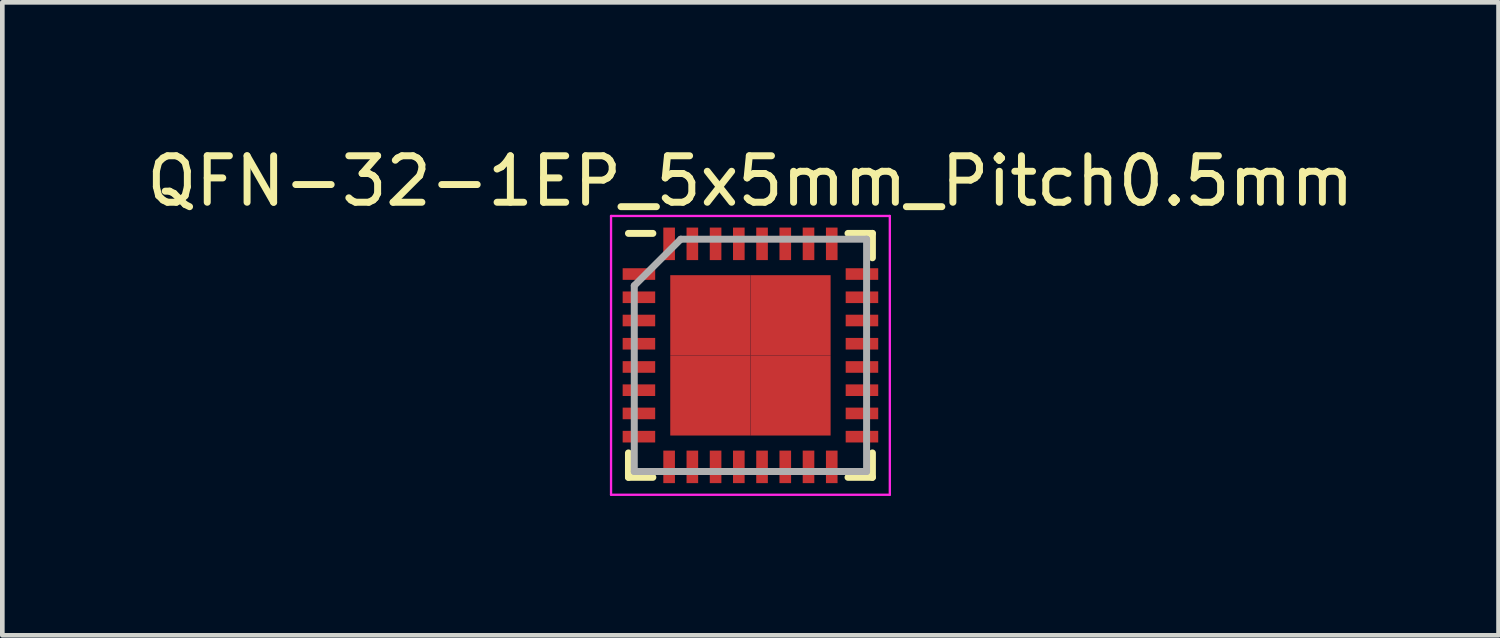
<source format=kicad_pcb>
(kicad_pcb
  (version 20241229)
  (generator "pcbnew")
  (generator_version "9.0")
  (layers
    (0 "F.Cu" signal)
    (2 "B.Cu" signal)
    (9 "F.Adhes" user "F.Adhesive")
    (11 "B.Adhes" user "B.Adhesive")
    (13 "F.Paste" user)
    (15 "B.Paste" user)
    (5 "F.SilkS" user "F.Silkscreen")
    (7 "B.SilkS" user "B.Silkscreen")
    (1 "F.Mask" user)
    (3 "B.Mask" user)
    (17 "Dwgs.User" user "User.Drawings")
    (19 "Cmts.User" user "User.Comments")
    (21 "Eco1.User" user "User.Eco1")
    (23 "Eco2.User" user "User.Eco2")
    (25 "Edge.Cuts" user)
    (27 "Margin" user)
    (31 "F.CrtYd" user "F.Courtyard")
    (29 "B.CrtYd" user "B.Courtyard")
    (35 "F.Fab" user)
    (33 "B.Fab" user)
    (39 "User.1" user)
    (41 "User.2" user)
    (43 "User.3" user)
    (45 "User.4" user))
  (footprint "QFN-32-1EP_5x5mm_Pitch0.5mm"
    (layer "F.Cu")
    (at 13.101 4.598)
    (property "Reference" "QFN-32-1EP_5x5mm_Pitch0.5mm" (at 0 -3.75 0) (layer "F.SilkS") (effects (font (size 1 1) (thickness 0.15))))
    (attr smd)
    (fp_line (start -2.625 -2.625) (end -2.1 -2.625) (stroke (width 0.15) (type solid)) (layer "F.SilkS"))
    (fp_line (start -2.625 2.625) (end -2.625 2.1) (stroke (width 0.15) (type solid)) (layer "F.SilkS"))
    (fp_line (start -2.625 2.625) (end -2.1 2.625) (stroke (width 0.15) (type solid)) (layer "F.SilkS"))
    (fp_line (start 2.625 -2.625) (end 2.1 -2.625) (stroke (width 0.15) (type solid)) (layer "F.SilkS"))
    (fp_line (start 2.625 -2.625) (end 2.625 -2.1) (stroke (width 0.15) (type solid)) (layer "F.SilkS"))
    (fp_line (start 2.625 2.625) (end 2.1 2.625) (stroke (width 0.15) (type solid)) (layer "F.SilkS"))
    (fp_line (start 2.625 2.625) (end 2.625 2.1) (stroke (width 0.15) (type solid)) (layer "F.SilkS"))
    (fp_line (start -3 -3) (end -3 3) (stroke (width 0.05) (type solid)) (layer "F.CrtYd"))
    (fp_line (start -3 -3) (end 3 -3) (stroke (width 0.05) (type solid)) (layer "F.CrtYd"))
    (fp_line (start -3 3) (end 3 3) (stroke (width 0.05) (type solid)) (layer "F.CrtYd"))
    (fp_line (start 3 -3) (end 3 3) (stroke (width 0.05) (type solid)) (layer "F.CrtYd"))
    (fp_line (start -2.5 -1.5) (end -1.5 -2.5) (stroke (width 0.15) (type solid)) (layer "F.Fab"))
    (fp_line (start -2.5 2.5) (end -2.5 -1.5) (stroke (width 0.15) (type solid)) (layer "F.Fab"))
    (fp_line (start -1.5 -2.5) (end 2.5 -2.5) (stroke (width 0.15) (type solid)) (layer "F.Fab"))
    (fp_line (start 2.5 -2.5) (end 2.5 2.5) (stroke (width 0.15) (type solid)) (layer "F.Fab"))
    (fp_line (start 2.5 2.5) (end -2.5 2.5) (stroke (width 0.15) (type solid)) (layer "F.Fab"))
    (pad "1" smd rect (at -2.4 -1.75) (size 0.7 0.25) (layers "F.Cu" "F.Mask" "F.Paste"))
    (pad "2" smd rect (at -2.4 -1.25) (size 0.7 0.25) (layers "F.Cu" "F.Mask" "F.Paste"))
    (pad "3" smd rect (at -2.4 -0.75) (size 0.7 0.25) (layers "F.Cu" "F.Mask" "F.Paste"))
    (pad "4" smd rect (at -2.4 -0.25) (size 0.7 0.25) (layers "F.Cu" "F.Mask" "F.Paste"))
    (pad "5" smd rect (at -2.4 0.25) (size 0.7 0.25) (layers "F.Cu" "F.Mask" "F.Paste"))
    (pad "6" smd rect (at -2.4 0.75) (size 0.7 0.25) (layers "F.Cu" "F.Mask" "F.Paste"))
    (pad "7" smd rect (at -2.4 1.25) (size 0.7 0.25) (layers "F.Cu" "F.Mask" "F.Paste"))
    (pad "8" smd rect (at -2.4 1.75) (size 0.7 0.25) (layers "F.Cu" "F.Mask" "F.Paste"))
    (pad "9" smd rect (at -1.75 2.4 90) (size 0.7 0.25) (layers "F.Cu" "F.Mask" "F.Paste"))
    (pad "10" smd rect (at -1.25 2.4 90) (size 0.7 0.25) (layers "F.Cu" "F.Mask" "F.Paste"))
    (pad "11" smd rect (at -0.75 2.4 90) (size 0.7 0.25) (layers "F.Cu" "F.Mask" "F.Paste"))
    (pad "12" smd rect (at -0.25 2.4 90) (size 0.7 0.25) (layers "F.Cu" "F.Mask" "F.Paste"))
    (pad "13" smd rect (at 0.25 2.4 90) (size 0.7 0.25) (layers "F.Cu" "F.Mask" "F.Paste"))
    (pad "14" smd rect (at 0.75 2.4 90) (size 0.7 0.25) (layers "F.Cu" "F.Mask" "F.Paste"))
    (pad "15" smd rect (at 1.25 2.4 90) (size 0.7 0.25) (layers "F.Cu" "F.Mask" "F.Paste"))
    (pad "16" smd rect (at 1.75 2.4 90) (size 0.7 0.25) (layers "F.Cu" "F.Mask" "F.Paste"))
    (pad "17" smd rect (at 2.4 1.75) (size 0.7 0.25) (layers "F.Cu" "F.Mask" "F.Paste"))
    (pad "18" smd rect (at 2.4 1.25) (size 0.7 0.25) (layers "F.Cu" "F.Mask" "F.Paste"))
    (pad "19" smd rect (at 2.4 0.75) (size 0.7 0.25) (layers "F.Cu" "F.Mask" "F.Paste"))
    (pad "20" smd rect (at 2.4 0.25) (size 0.7 0.25) (layers "F.Cu" "F.Mask" "F.Paste"))
    (pad "21" smd rect (at 2.4 -0.25) (size 0.7 0.25) (layers "F.Cu" "F.Mask" "F.Paste"))
    (pad "22" smd rect (at 2.4 -0.75) (size 0.7 0.25) (layers "F.Cu" "F.Mask" "F.Paste"))
    (pad "23" smd rect (at 2.4 -1.25) (size 0.7 0.25) (layers "F.Cu" "F.Mask" "F.Paste"))
    (pad "24" smd rect (at 2.4 -1.75) (size 0.7 0.25) (layers "F.Cu" "F.Mask" "F.Paste"))
    (pad "25" smd rect (at 1.75 -2.4 90) (size 0.7 0.25) (layers "F.Cu" "F.Mask" "F.Paste"))
    (pad "26" smd rect (at 1.25 -2.4 90) (size 0.7 0.25) (layers "F.Cu" "F.Mask" "F.Paste"))
    (pad "27" smd rect (at 0.75 -2.4 90) (size 0.7 0.25) (layers "F.Cu" "F.Mask" "F.Paste"))
    (pad "28" smd rect (at 0.25 -2.4 90) (size 0.7 0.25) (layers "F.Cu" "F.Mask" "F.Paste"))
    (pad "29" smd rect (at -0.25 -2.4 90) (size 0.7 0.25) (layers "F.Cu" "F.Mask" "F.Paste"))
    (pad "30" smd rect (at -0.75 -2.4 90) (size 0.7 0.25) (layers "F.Cu" "F.Mask" "F.Paste"))
    (pad "31" smd rect (at -1.25 -2.4 90) (size 0.7 0.25) (layers "F.Cu" "F.Mask" "F.Paste"))
    (pad "32" smd rect (at -1.75 -2.4 90) (size 0.7 0.25) (layers "F.Cu" "F.Mask" "F.Paste"))
    (pad "33" smd rect (at -0.863 -0.863) (size 1.725 1.725) (layers "F.Cu" "F.Mask" "F.Paste"))
    (pad "33" smd rect (at -0.863 0.863) (size 1.725 1.725) (layers "F.Cu" "F.Mask" "F.Paste"))
    (pad "33" smd rect (at 0.863 -0.863) (size 1.725 1.725) (layers "F.Cu" "F.Mask" "F.Paste"))
    (pad "33" smd rect (at 0.863 0.863) (size 1.725 1.725) (layers "F.Cu" "F.Mask" "F.Paste")))
  (gr_rect
    (start -3 -3)
    (end 29.202 10.623)
    (stroke (width 0.1) (type default))
    (fill no)
    (layer "Edge.Cuts")))
</source>
